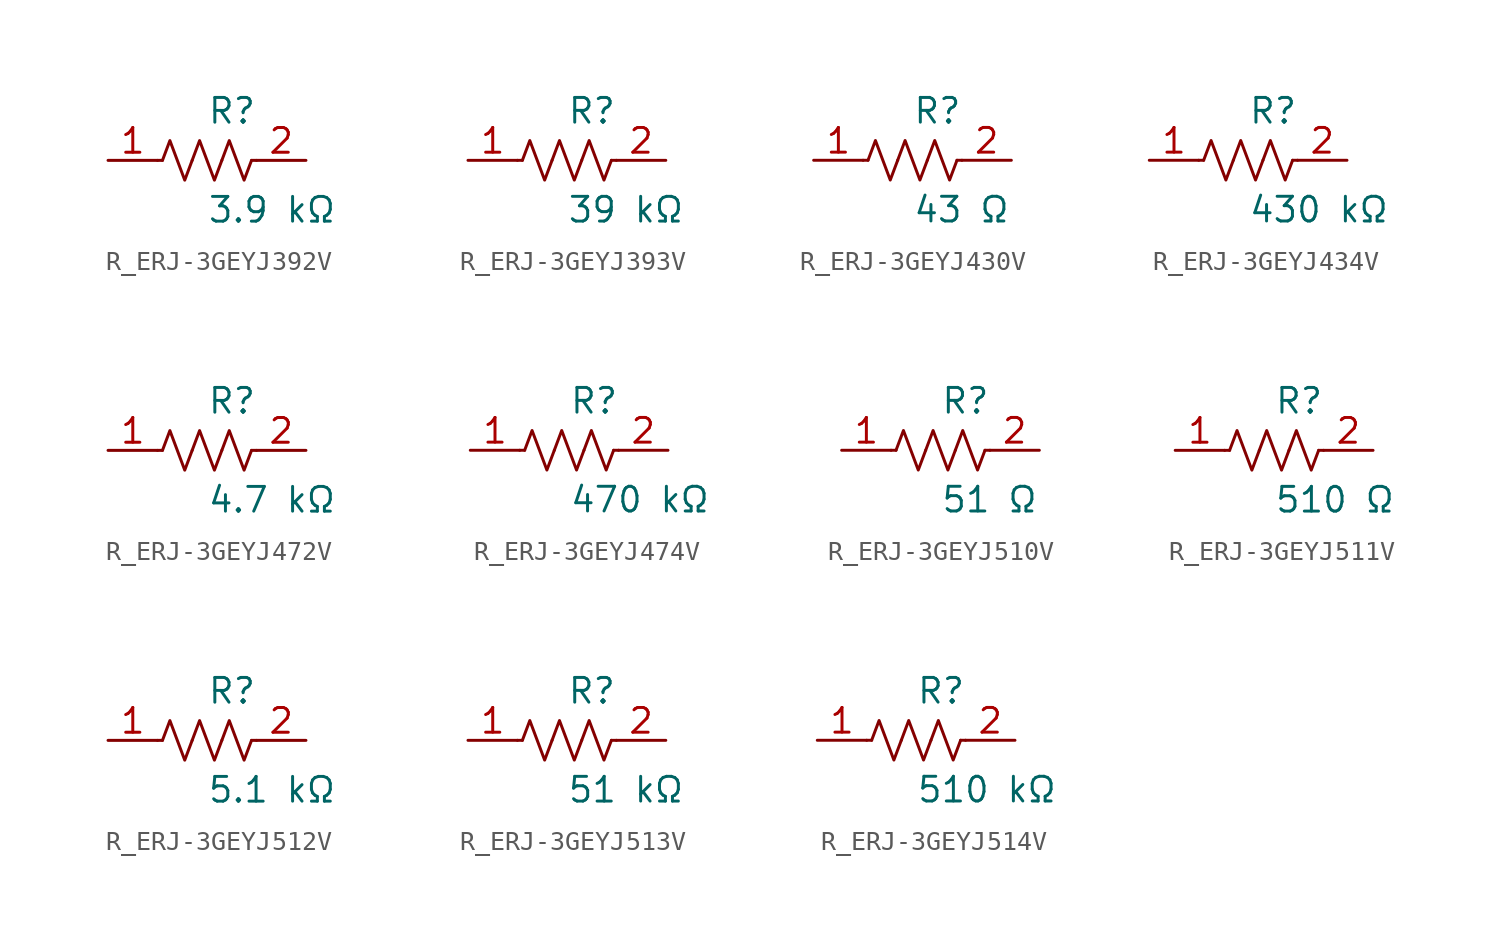
<source format=kicad_sym>
(kicad_symbol_lib
  (version 20231120)
  (generator kicad_symbol_editor)
  (generator_version 8.0)
  (symbol "R_ERJ-3GEYJ392V"
    (pin_names
      (offset 0.254))
    (property "Reference" "R"
      (at 0.0 2.54 0)
      (effects (font (size 1.27 1.27)) (justify left)))
    (property "Value" "3.9 kΩ"
      (at 0.0 -2.54 0)
      (effects (font (size 1.27 1.27)) (justify left)))
    (symbol "R_ERJ-3GEYJ392V_0_1"
      (polyline (pts (xy 2.286 0) (xy 2.54 0)) (stroke (width 0) (type default)) (fill (type none)))
      (polyline (pts (xy -2.286 0) (xy -2.54 0)) (stroke (width 0) (type default)) (fill (type none)))
      (polyline (pts (xy 0.762 0) (xy 1.143 1.016) (xy 1.524 0) (xy 1.905 -1.016) (xy 2.286 0)) (stroke (width 0) (type default)) (fill (type none)))
      (polyline (pts (xy -0.762 0) (xy -0.381 1.016) (xy 0 0) (xy 0.381 -1.016) (xy 0.762 0)) (stroke (width 0) (type default)) (fill (type none)))
      (polyline (pts (xy -2.286 0) (xy -1.905 1.016) (xy -1.524 0) (xy -1.143 -1.016) (xy -0.762 0)) (stroke (width 0) (type default)) (fill (type none))))
    (pin unspecified line
      (at -5.08 0 0)
      (length 2.54)
      (name "" (effects (font (size 1.27 1.27))))
      (number "1" (effects (font (size 1.27 1.27)))))
    (pin unspecified line
      (at 5.08 0 180)
      (length 2.54)
      (name "" (effects (font (size 1.27 1.27))))
      (number "2" (effects (font (size 1.27 1.27))))))
  (symbol "R_ERJ-3GEYJ393V"
    (pin_names
      (offset 0.254))
    (property "Reference" "R"
      (at 0.0 2.54 0)
      (effects (font (size 1.27 1.27)) (justify left)))
    (property "Value" "39 kΩ"
      (at 0.0 -2.54 0)
      (effects (font (size 1.27 1.27)) (justify left)))
    (symbol "R_ERJ-3GEYJ393V_0_1"
      (polyline (pts (xy 2.286 0) (xy 2.54 0)) (stroke (width 0) (type default)) (fill (type none)))
      (polyline (pts (xy -2.286 0) (xy -2.54 0)) (stroke (width 0) (type default)) (fill (type none)))
      (polyline (pts (xy 0.762 0) (xy 1.143 1.016) (xy 1.524 0) (xy 1.905 -1.016) (xy 2.286 0)) (stroke (width 0) (type default)) (fill (type none)))
      (polyline (pts (xy -0.762 0) (xy -0.381 1.016) (xy 0 0) (xy 0.381 -1.016) (xy 0.762 0)) (stroke (width 0) (type default)) (fill (type none)))
      (polyline (pts (xy -2.286 0) (xy -1.905 1.016) (xy -1.524 0) (xy -1.143 -1.016) (xy -0.762 0)) (stroke (width 0) (type default)) (fill (type none))))
    (pin unspecified line
      (at -5.08 0 0)
      (length 2.54)
      (name "" (effects (font (size 1.27 1.27))))
      (number "1" (effects (font (size 1.27 1.27)))))
    (pin unspecified line
      (at 5.08 0 180)
      (length 2.54)
      (name "" (effects (font (size 1.27 1.27))))
      (number "2" (effects (font (size 1.27 1.27))))))
  (symbol "R_ERJ-3GEYJ430V"
    (pin_names
      (offset 0.254))
    (property "Reference" "R"
      (at 0.0 2.54 0)
      (effects (font (size 1.27 1.27)) (justify left)))
    (property "Value" "43 Ω"
      (at 0.0 -2.54 0)
      (effects (font (size 1.27 1.27)) (justify left)))
    (symbol "R_ERJ-3GEYJ430V_0_1"
      (polyline (pts (xy 2.286 0) (xy 2.54 0)) (stroke (width 0) (type default)) (fill (type none)))
      (polyline (pts (xy -2.286 0) (xy -2.54 0)) (stroke (width 0) (type default)) (fill (type none)))
      (polyline (pts (xy 0.762 0) (xy 1.143 1.016) (xy 1.524 0) (xy 1.905 -1.016) (xy 2.286 0)) (stroke (width 0) (type default)) (fill (type none)))
      (polyline (pts (xy -0.762 0) (xy -0.381 1.016) (xy 0 0) (xy 0.381 -1.016) (xy 0.762 0)) (stroke (width 0) (type default)) (fill (type none)))
      (polyline (pts (xy -2.286 0) (xy -1.905 1.016) (xy -1.524 0) (xy -1.143 -1.016) (xy -0.762 0)) (stroke (width 0) (type default)) (fill (type none))))
    (pin unspecified line
      (at -5.08 0 0)
      (length 2.54)
      (name "" (effects (font (size 1.27 1.27))))
      (number "1" (effects (font (size 1.27 1.27)))))
    (pin unspecified line
      (at 5.08 0 180)
      (length 2.54)
      (name "" (effects (font (size 1.27 1.27))))
      (number "2" (effects (font (size 1.27 1.27))))))
  (symbol "R_ERJ-3GEYJ434V"
    (pin_names
      (offset 0.254))
    (property "Reference" "R"
      (at 0.0 2.54 0)
      (effects (font (size 1.27 1.27)) (justify left)))
    (property "Value" "430 kΩ"
      (at 0.0 -2.54 0)
      (effects (font (size 1.27 1.27)) (justify left)))
    (symbol "R_ERJ-3GEYJ434V_0_1"
      (polyline (pts (xy 2.286 0) (xy 2.54 0)) (stroke (width 0) (type default)) (fill (type none)))
      (polyline (pts (xy -2.286 0) (xy -2.54 0)) (stroke (width 0) (type default)) (fill (type none)))
      (polyline (pts (xy 0.762 0) (xy 1.143 1.016) (xy 1.524 0) (xy 1.905 -1.016) (xy 2.286 0)) (stroke (width 0) (type default)) (fill (type none)))
      (polyline (pts (xy -0.762 0) (xy -0.381 1.016) (xy 0 0) (xy 0.381 -1.016) (xy 0.762 0)) (stroke (width 0) (type default)) (fill (type none)))
      (polyline (pts (xy -2.286 0) (xy -1.905 1.016) (xy -1.524 0) (xy -1.143 -1.016) (xy -0.762 0)) (stroke (width 0) (type default)) (fill (type none))))
    (pin unspecified line
      (at -5.08 0 0)
      (length 2.54)
      (name "" (effects (font (size 1.27 1.27))))
      (number "1" (effects (font (size 1.27 1.27)))))
    (pin unspecified line
      (at 5.08 0 180)
      (length 2.54)
      (name "" (effects (font (size 1.27 1.27))))
      (number "2" (effects (font (size 1.27 1.27))))))
  (symbol "R_ERJ-3GEYJ472V"
    (pin_names
      (offset 0.254))
    (property "Reference" "R"
      (at 0.0 2.54 0)
      (effects (font (size 1.27 1.27)) (justify left)))
    (property "Value" "4.7 kΩ"
      (at 0.0 -2.54 0)
      (effects (font (size 1.27 1.27)) (justify left)))
    (symbol "R_ERJ-3GEYJ472V_0_1"
      (polyline (pts (xy 2.286 0) (xy 2.54 0)) (stroke (width 0) (type default)) (fill (type none)))
      (polyline (pts (xy -2.286 0) (xy -2.54 0)) (stroke (width 0) (type default)) (fill (type none)))
      (polyline (pts (xy 0.762 0) (xy 1.143 1.016) (xy 1.524 0) (xy 1.905 -1.016) (xy 2.286 0)) (stroke (width 0) (type default)) (fill (type none)))
      (polyline (pts (xy -0.762 0) (xy -0.381 1.016) (xy 0 0) (xy 0.381 -1.016) (xy 0.762 0)) (stroke (width 0) (type default)) (fill (type none)))
      (polyline (pts (xy -2.286 0) (xy -1.905 1.016) (xy -1.524 0) (xy -1.143 -1.016) (xy -0.762 0)) (stroke (width 0) (type default)) (fill (type none))))
    (pin unspecified line
      (at -5.08 0 0)
      (length 2.54)
      (name "" (effects (font (size 1.27 1.27))))
      (number "1" (effects (font (size 1.27 1.27)))))
    (pin unspecified line
      (at 5.08 0 180)
      (length 2.54)
      (name "" (effects (font (size 1.27 1.27))))
      (number "2" (effects (font (size 1.27 1.27))))))
  (symbol "R_ERJ-3GEYJ474V"
    (pin_names
      (offset 0.254))
    (property "Reference" "R"
      (at 0.0 2.54 0)
      (effects (font (size 1.27 1.27)) (justify left)))
    (property "Value" "470 kΩ"
      (at 0.0 -2.54 0)
      (effects (font (size 1.27 1.27)) (justify left)))
    (symbol "R_ERJ-3GEYJ474V_0_1"
      (polyline (pts (xy 2.286 0) (xy 2.54 0)) (stroke (width 0) (type default)) (fill (type none)))
      (polyline (pts (xy -2.286 0) (xy -2.54 0)) (stroke (width 0) (type default)) (fill (type none)))
      (polyline (pts (xy 0.762 0) (xy 1.143 1.016) (xy 1.524 0) (xy 1.905 -1.016) (xy 2.286 0)) (stroke (width 0) (type default)) (fill (type none)))
      (polyline (pts (xy -0.762 0) (xy -0.381 1.016) (xy 0 0) (xy 0.381 -1.016) (xy 0.762 0)) (stroke (width 0) (type default)) (fill (type none)))
      (polyline (pts (xy -2.286 0) (xy -1.905 1.016) (xy -1.524 0) (xy -1.143 -1.016) (xy -0.762 0)) (stroke (width 0) (type default)) (fill (type none))))
    (pin unspecified line
      (at -5.08 0 0)
      (length 2.54)
      (name "" (effects (font (size 1.27 1.27))))
      (number "1" (effects (font (size 1.27 1.27)))))
    (pin unspecified line
      (at 5.08 0 180)
      (length 2.54)
      (name "" (effects (font (size 1.27 1.27))))
      (number "2" (effects (font (size 1.27 1.27))))))
  (symbol "R_ERJ-3GEYJ510V"
    (pin_names
      (offset 0.254))
    (property "Reference" "R"
      (at 0.0 2.54 0)
      (effects (font (size 1.27 1.27)) (justify left)))
    (property "Value" "51 Ω"
      (at 0.0 -2.54 0)
      (effects (font (size 1.27 1.27)) (justify left)))
    (symbol "R_ERJ-3GEYJ510V_0_1"
      (polyline (pts (xy 2.286 0) (xy 2.54 0)) (stroke (width 0) (type default)) (fill (type none)))
      (polyline (pts (xy -2.286 0) (xy -2.54 0)) (stroke (width 0) (type default)) (fill (type none)))
      (polyline (pts (xy 0.762 0) (xy 1.143 1.016) (xy 1.524 0) (xy 1.905 -1.016) (xy 2.286 0)) (stroke (width 0) (type default)) (fill (type none)))
      (polyline (pts (xy -0.762 0) (xy -0.381 1.016) (xy 0 0) (xy 0.381 -1.016) (xy 0.762 0)) (stroke (width 0) (type default)) (fill (type none)))
      (polyline (pts (xy -2.286 0) (xy -1.905 1.016) (xy -1.524 0) (xy -1.143 -1.016) (xy -0.762 0)) (stroke (width 0) (type default)) (fill (type none))))
    (pin unspecified line
      (at -5.08 0 0)
      (length 2.54)
      (name "" (effects (font (size 1.27 1.27))))
      (number "1" (effects (font (size 1.27 1.27)))))
    (pin unspecified line
      (at 5.08 0 180)
      (length 2.54)
      (name "" (effects (font (size 1.27 1.27))))
      (number "2" (effects (font (size 1.27 1.27))))))
  (symbol "R_ERJ-3GEYJ511V"
    (pin_names
      (offset 0.254))
    (property "Reference" "R"
      (at 0.0 2.54 0)
      (effects (font (size 1.27 1.27)) (justify left)))
    (property "Value" "510 Ω"
      (at 0.0 -2.54 0)
      (effects (font (size 1.27 1.27)) (justify left)))
    (symbol "R_ERJ-3GEYJ511V_0_1"
      (polyline (pts (xy 2.286 0) (xy 2.54 0)) (stroke (width 0) (type default)) (fill (type none)))
      (polyline (pts (xy -2.286 0) (xy -2.54 0)) (stroke (width 0) (type default)) (fill (type none)))
      (polyline (pts (xy 0.762 0) (xy 1.143 1.016) (xy 1.524 0) (xy 1.905 -1.016) (xy 2.286 0)) (stroke (width 0) (type default)) (fill (type none)))
      (polyline (pts (xy -0.762 0) (xy -0.381 1.016) (xy 0 0) (xy 0.381 -1.016) (xy 0.762 0)) (stroke (width 0) (type default)) (fill (type none)))
      (polyline (pts (xy -2.286 0) (xy -1.905 1.016) (xy -1.524 0) (xy -1.143 -1.016) (xy -0.762 0)) (stroke (width 0) (type default)) (fill (type none))))
    (pin unspecified line
      (at -5.08 0 0)
      (length 2.54)
      (name "" (effects (font (size 1.27 1.27))))
      (number "1" (effects (font (size 1.27 1.27)))))
    (pin unspecified line
      (at 5.08 0 180)
      (length 2.54)
      (name "" (effects (font (size 1.27 1.27))))
      (number "2" (effects (font (size 1.27 1.27))))))
  (symbol "R_ERJ-3GEYJ512V"
    (pin_names
      (offset 0.254))
    (property "Reference" "R"
      (at 0.0 2.54 0)
      (effects (font (size 1.27 1.27)) (justify left)))
    (property "Value" "5.1 kΩ"
      (at 0.0 -2.54 0)
      (effects (font (size 1.27 1.27)) (justify left)))
    (symbol "R_ERJ-3GEYJ512V_0_1"
      (polyline (pts (xy 2.286 0) (xy 2.54 0)) (stroke (width 0) (type default)) (fill (type none)))
      (polyline (pts (xy -2.286 0) (xy -2.54 0)) (stroke (width 0) (type default)) (fill (type none)))
      (polyline (pts (xy 0.762 0) (xy 1.143 1.016) (xy 1.524 0) (xy 1.905 -1.016) (xy 2.286 0)) (stroke (width 0) (type default)) (fill (type none)))
      (polyline (pts (xy -0.762 0) (xy -0.381 1.016) (xy 0 0) (xy 0.381 -1.016) (xy 0.762 0)) (stroke (width 0) (type default)) (fill (type none)))
      (polyline (pts (xy -2.286 0) (xy -1.905 1.016) (xy -1.524 0) (xy -1.143 -1.016) (xy -0.762 0)) (stroke (width 0) (type default)) (fill (type none))))
    (pin unspecified line
      (at -5.08 0 0)
      (length 2.54)
      (name "" (effects (font (size 1.27 1.27))))
      (number "1" (effects (font (size 1.27 1.27)))))
    (pin unspecified line
      (at 5.08 0 180)
      (length 2.54)
      (name "" (effects (font (size 1.27 1.27))))
      (number "2" (effects (font (size 1.27 1.27))))))
  (symbol "R_ERJ-3GEYJ513V"
    (pin_names
      (offset 0.254))
    (property "Reference" "R"
      (at 0.0 2.54 0)
      (effects (font (size 1.27 1.27)) (justify left)))
    (property "Value" "51 kΩ"
      (at 0.0 -2.54 0)
      (effects (font (size 1.27 1.27)) (justify left)))
    (symbol "R_ERJ-3GEYJ513V_0_1"
      (polyline (pts (xy 2.286 0) (xy 2.54 0)) (stroke (width 0) (type default)) (fill (type none)))
      (polyline (pts (xy -2.286 0) (xy -2.54 0)) (stroke (width 0) (type default)) (fill (type none)))
      (polyline (pts (xy 0.762 0) (xy 1.143 1.016) (xy 1.524 0) (xy 1.905 -1.016) (xy 2.286 0)) (stroke (width 0) (type default)) (fill (type none)))
      (polyline (pts (xy -0.762 0) (xy -0.381 1.016) (xy 0 0) (xy 0.381 -1.016) (xy 0.762 0)) (stroke (width 0) (type default)) (fill (type none)))
      (polyline (pts (xy -2.286 0) (xy -1.905 1.016) (xy -1.524 0) (xy -1.143 -1.016) (xy -0.762 0)) (stroke (width 0) (type default)) (fill (type none))))
    (pin unspecified line
      (at -5.08 0 0)
      (length 2.54)
      (name "" (effects (font (size 1.27 1.27))))
      (number "1" (effects (font (size 1.27 1.27)))))
    (pin unspecified line
      (at 5.08 0 180)
      (length 2.54)
      (name "" (effects (font (size 1.27 1.27))))
      (number "2" (effects (font (size 1.27 1.27))))))
  (symbol "R_ERJ-3GEYJ514V"
    (pin_names
      (offset 0.254))
    (property "Reference" "R"
      (at 0.0 2.54 0)
      (effects (font (size 1.27 1.27)) (justify left)))
    (property "Value" "510 kΩ"
      (at 0.0 -2.54 0)
      (effects (font (size 1.27 1.27)) (justify left)))
    (symbol "R_ERJ-3GEYJ514V_0_1"
      (polyline (pts (xy 2.286 0) (xy 2.54 0)) (stroke (width 0) (type default)) (fill (type none)))
      (polyline (pts (xy -2.286 0) (xy -2.54 0)) (stroke (width 0) (type default)) (fill (type none)))
      (polyline (pts (xy 0.762 0) (xy 1.143 1.016) (xy 1.524 0) (xy 1.905 -1.016) (xy 2.286 0)) (stroke (width 0) (type default)) (fill (type none)))
      (polyline (pts (xy -0.762 0) (xy -0.381 1.016) (xy 0 0) (xy 0.381 -1.016) (xy 0.762 0)) (stroke (width 0) (type default)) (fill (type none)))
      (polyline (pts (xy -2.286 0) (xy -1.905 1.016) (xy -1.524 0) (xy -1.143 -1.016) (xy -0.762 0)) (stroke (width 0) (type default)) (fill (type none))))
    (pin unspecified line
      (at -5.08 0 0)
      (length 2.54)
      (name "" (effects (font (size 1.27 1.27))))
      (number "1" (effects (font (size 1.27 1.27)))))
    (pin unspecified line
      (at 5.08 0 180)
      (length 2.54)
      (name "" (effects (font (size 1.27 1.27))))
      (number "2" (effects (font (size 1.27 1.27)))))))
</source>
